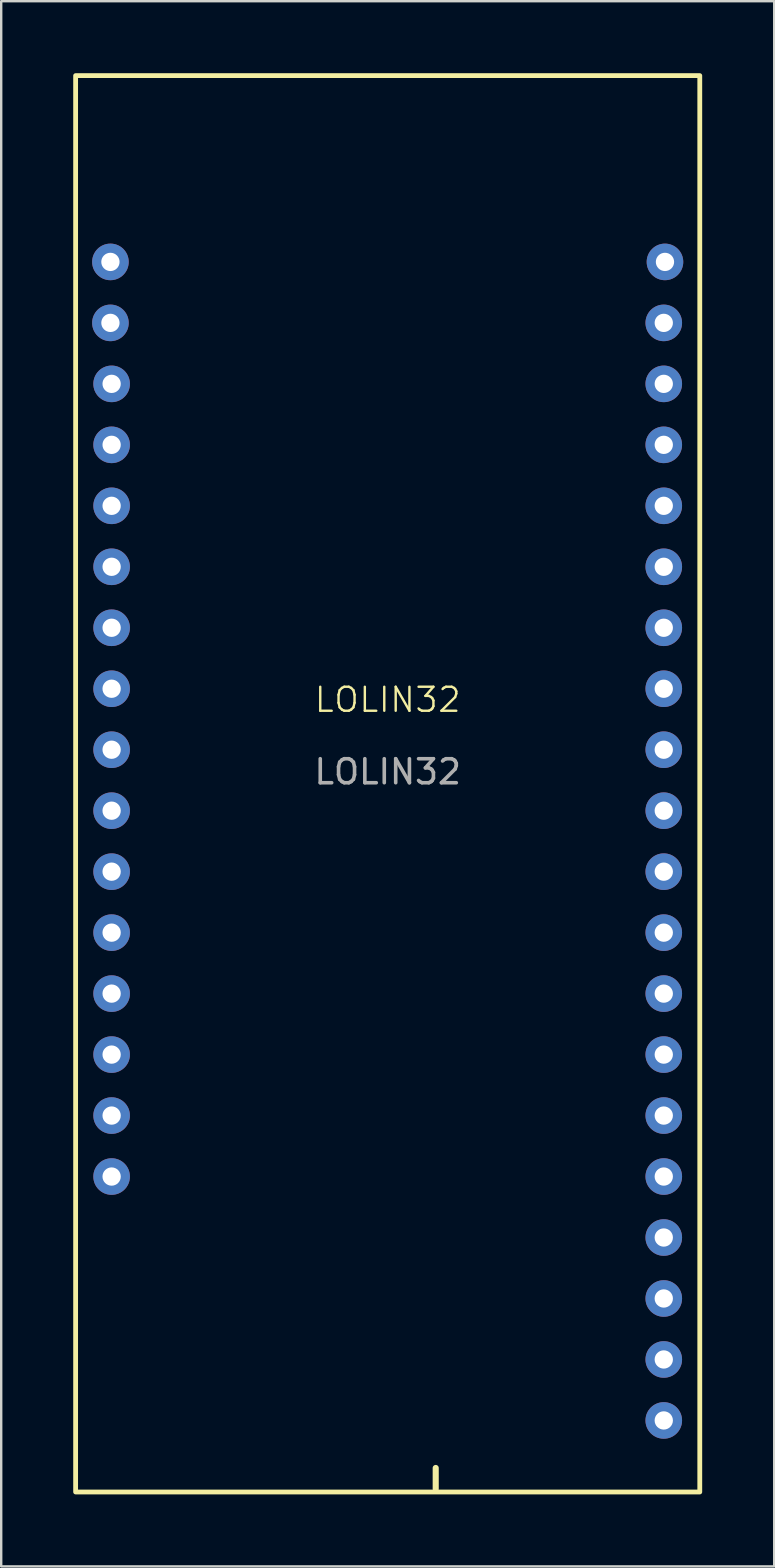
<source format=kicad_pcb>
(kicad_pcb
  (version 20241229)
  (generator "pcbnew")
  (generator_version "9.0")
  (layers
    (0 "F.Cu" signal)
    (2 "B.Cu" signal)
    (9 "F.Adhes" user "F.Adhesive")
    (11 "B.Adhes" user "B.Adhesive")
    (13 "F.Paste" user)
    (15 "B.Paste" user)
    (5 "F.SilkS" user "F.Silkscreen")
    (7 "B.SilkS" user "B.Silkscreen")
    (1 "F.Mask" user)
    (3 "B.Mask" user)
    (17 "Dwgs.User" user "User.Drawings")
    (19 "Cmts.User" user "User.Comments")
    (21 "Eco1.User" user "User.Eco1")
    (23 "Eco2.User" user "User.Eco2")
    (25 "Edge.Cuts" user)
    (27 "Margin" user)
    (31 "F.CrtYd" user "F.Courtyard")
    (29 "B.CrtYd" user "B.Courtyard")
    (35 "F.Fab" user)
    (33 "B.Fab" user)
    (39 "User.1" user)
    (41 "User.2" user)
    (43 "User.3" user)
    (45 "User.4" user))
  (footprint "LOLIN32"
    (layer "F.Cu")
    (at 13.1 29.1)
    (property "Reference" "LOLIN32" (at 0 -3 0) (unlocked yes) (layer "F.SilkS") (effects (font (size 1 1) (thickness 0.1))))
    (attr through_hole)
    (fp_line (start 2 29.875) (end 2 29) (stroke (width 0.254) (type default)) (layer "F.SilkS"))
    (fp_rect (start -13 -29) (end 13 30) (stroke (width 0.2) (type default)) (fill no) (layer "F.SilkS"))
    (fp_text user "${REFERENCE}" (at 0 0 0) (unlocked yes) (layer "F.Fab") (effects (font (size 1 1) (thickness 0.15))))
    (pad "1" thru_hole circle (at -11.55 -21.24) (size 1.524 1.524) (drill 0.762) (layers "*.Cu" "*.Mask"))
    (pad "2" thru_hole circle (at -11.55 -18.7) (size 1.524 1.524) (drill 0.762) (layers "*.Cu" "*.Mask"))
    (pad "3" thru_hole circle (at -11.5 -16.16) (size 1.524 1.524) (drill 0.762) (layers "*.Cu" "*.Mask"))
    (pad "4" thru_hole circle (at -11.5 -13.62) (size 1.524 1.524) (drill 0.762) (layers "*.Cu" "*.Mask"))
    (pad "5" thru_hole circle (at -11.5 -11.08) (size 1.524 1.524) (drill 0.762) (layers "*.Cu" "*.Mask"))
    (pad "6" thru_hole circle (at -11.5 -8.54) (size 1.524 1.524) (drill 0.762) (layers "*.Cu" "*.Mask"))
    (pad "7" thru_hole circle (at -11.5 -6) (size 1.524 1.524) (drill 0.762) (layers "*.Cu" "*.Mask"))
    (pad "8" thru_hole circle (at -11.5 -3.46) (size 1.524 1.524) (drill 0.762) (layers "*.Cu" "*.Mask"))
    (pad "9" thru_hole circle (at -11.5 -0.92) (size 1.524 1.524) (drill 0.762) (layers "*.Cu" "*.Mask"))
    (pad "10" thru_hole circle (at -11.5 1.62) (size 1.524 1.524) (drill 0.762) (layers "*.Cu" "*.Mask"))
    (pad "11" thru_hole circle (at -11.5 4.16) (size 1.524 1.524) (drill 0.762) (layers "*.Cu" "*.Mask"))
    (pad "12" thru_hole circle (at -11.5 6.7) (size 1.524 1.524) (drill 0.762) (layers "*.Cu" "*.Mask"))
    (pad "13" thru_hole circle (at -11.5 9.24) (size 1.524 1.524) (drill 0.762) (layers "*.Cu" "*.Mask"))
    (pad "14" thru_hole circle (at -11.5 11.78) (size 1.524 1.524) (drill 0.762) (layers "*.Cu" "*.Mask"))
    (pad "15" thru_hole circle (at -11.5 14.32) (size 1.524 1.524) (drill 0.762) (layers "*.Cu" "*.Mask"))
    (pad "16" thru_hole circle (at -11.5 16.86) (size 1.524 1.524) (drill 0.762) (layers "*.Cu" "*.Mask"))
    (pad "17" thru_hole circle (at 11.55 -21.24) (size 1.524 1.524) (drill 0.762) (layers "*.Cu" "*.Mask"))
    (pad "18" thru_hole circle (at 11.5 -18.7) (size 1.524 1.524) (drill 0.762) (layers "*.Cu" "*.Mask"))
    (pad "19" thru_hole circle (at 11.5 -16.16) (size 1.524 1.524) (drill 0.762) (layers "*.Cu" "*.Mask"))
    (pad "20" thru_hole circle (at 11.5 -13.62) (size 1.524 1.524) (drill 0.762) (layers "*.Cu" "*.Mask"))
    (pad "21" thru_hole circle (at 11.5 -11.08) (size 1.524 1.524) (drill 0.762) (layers "*.Cu" "*.Mask"))
    (pad "22" thru_hole circle (at 11.5 -8.54) (size 1.524 1.524) (drill 0.762) (layers "*.Cu" "*.Mask"))
    (pad "23" thru_hole circle (at 11.5 -6) (size 1.524 1.524) (drill 0.762) (layers "*.Cu" "*.Mask"))
    (pad "24" thru_hole circle (at 11.5 -3.46) (size 1.524 1.524) (drill 0.762) (layers "*.Cu" "*.Mask"))
    (pad "25" thru_hole circle (at 11.5 -0.92) (size 1.524 1.524) (drill 0.762) (layers "*.Cu" "*.Mask"))
    (pad "26" thru_hole circle (at 11.5 1.62) (size 1.524 1.524) (drill 0.762) (layers "*.Cu" "*.Mask"))
    (pad "27" thru_hole circle (at 11.5 4.16) (size 1.524 1.524) (drill 0.762) (layers "*.Cu" "*.Mask"))
    (pad "28" thru_hole circle (at 11.5 6.7) (size 1.524 1.524) (drill 0.762) (layers "*.Cu" "*.Mask"))
    (pad "29" thru_hole circle (at 11.5 9.24) (size 1.524 1.524) (drill 0.762) (layers "*.Cu" "*.Mask"))
    (pad "30" thru_hole circle (at 11.5 11.78) (size 1.524 1.524) (drill 0.762) (layers "*.Cu" "*.Mask"))
    (pad "31" thru_hole circle (at 11.5 14.32) (size 1.524 1.524) (drill 0.762) (layers "*.Cu" "*.Mask"))
    (pad "32" thru_hole circle (at 11.5 16.86) (size 1.524 1.524) (drill 0.762) (layers "*.Cu" "*.Mask"))
    (pad "33" thru_hole circle (at 11.5 19.4) (size 1.524 1.524) (drill 0.762) (layers "*.Cu" "*.Mask"))
    (pad "34" thru_hole circle (at 11.5 21.94) (size 1.524 1.524) (drill 0.762) (layers "*.Cu" "*.Mask"))
    (pad "35" thru_hole circle (at 11.5 24.48) (size 1.524 1.524) (drill 0.762) (layers "*.Cu" "*.Mask"))
    (pad "36" thru_hole circle (at 11.5 27.02) (size 1.524 1.524) (drill 0.762) (layers "*.Cu" "*.Mask")))
  (gr_rect
    (start -3 -3)
    (end 29.2 62.2)
    (stroke (width 0.1) (type default))
    (fill no)
    (layer "Edge.Cuts")))
</source>
